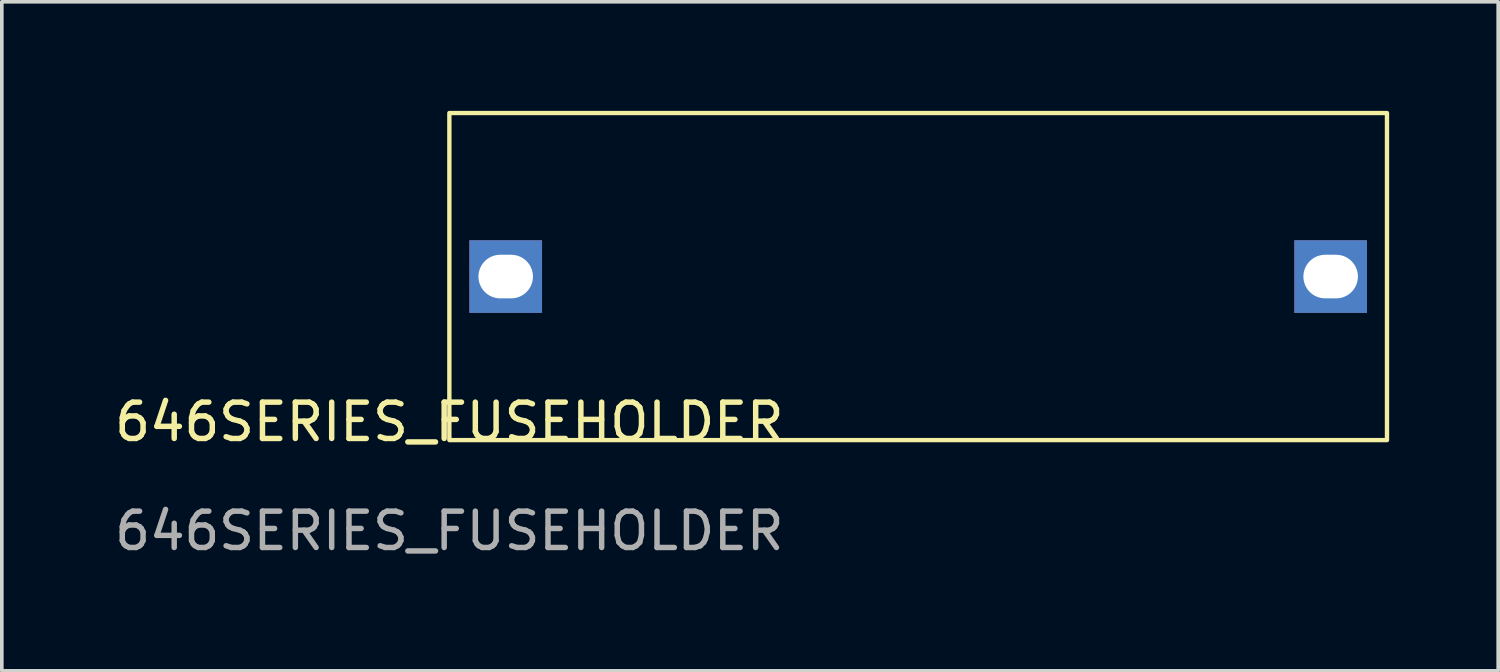
<source format=kicad_pcb>
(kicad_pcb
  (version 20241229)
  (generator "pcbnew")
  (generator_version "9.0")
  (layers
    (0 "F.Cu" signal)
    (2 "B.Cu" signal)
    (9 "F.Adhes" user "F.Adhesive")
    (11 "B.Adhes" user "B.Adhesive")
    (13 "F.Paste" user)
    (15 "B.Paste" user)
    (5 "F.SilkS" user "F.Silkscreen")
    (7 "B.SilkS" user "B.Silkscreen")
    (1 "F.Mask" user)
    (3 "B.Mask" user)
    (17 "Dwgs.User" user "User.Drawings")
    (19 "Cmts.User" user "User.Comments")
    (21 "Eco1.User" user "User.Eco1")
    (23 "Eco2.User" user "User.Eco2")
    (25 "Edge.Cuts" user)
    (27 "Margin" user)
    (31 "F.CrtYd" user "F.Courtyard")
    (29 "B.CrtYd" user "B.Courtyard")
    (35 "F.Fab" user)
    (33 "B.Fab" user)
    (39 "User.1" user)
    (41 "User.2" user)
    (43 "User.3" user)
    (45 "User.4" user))
  (footprint "646SERIES_FUSEHOLDER"
    (layer "F.Cu")
    (at 9.315 9.06)
    (property "Reference" "646SERIES_FUSEHOLDER" (at 0 -0.5 0) (unlocked yes) (layer "F.SilkS") (effects (font (size 1 1) (thickness 0.15))))
    (attr through_hole)
    (fp_rect (start 0 0) (end 25.8 -9) (stroke (width 0.12) (type solid)) (fill no) (layer "F.SilkS"))
    (fp_text user "${REFERENCE}" (at 0 2.5 0) (unlocked yes) (layer "F.Fab") (effects (font (size 1 1) (thickness 0.15))))
    (pad "1" thru_hole rect (at 1.55 -4.5) (size 2 2) (drill oval 1.5 1.2) (layers "*.Cu" "*.Mask"))
    (pad "2" thru_hole rect (at 24.25 -4.5) (size 2 2) (drill oval 1.5 1.2) (layers "*.Cu" "*.Mask")))
  (gr_rect
    (start -3 -3)
    (end 38.175 15.408)
    (stroke (width 0.1) (type default))
    (fill no)
    (layer "Edge.Cuts")))
</source>
